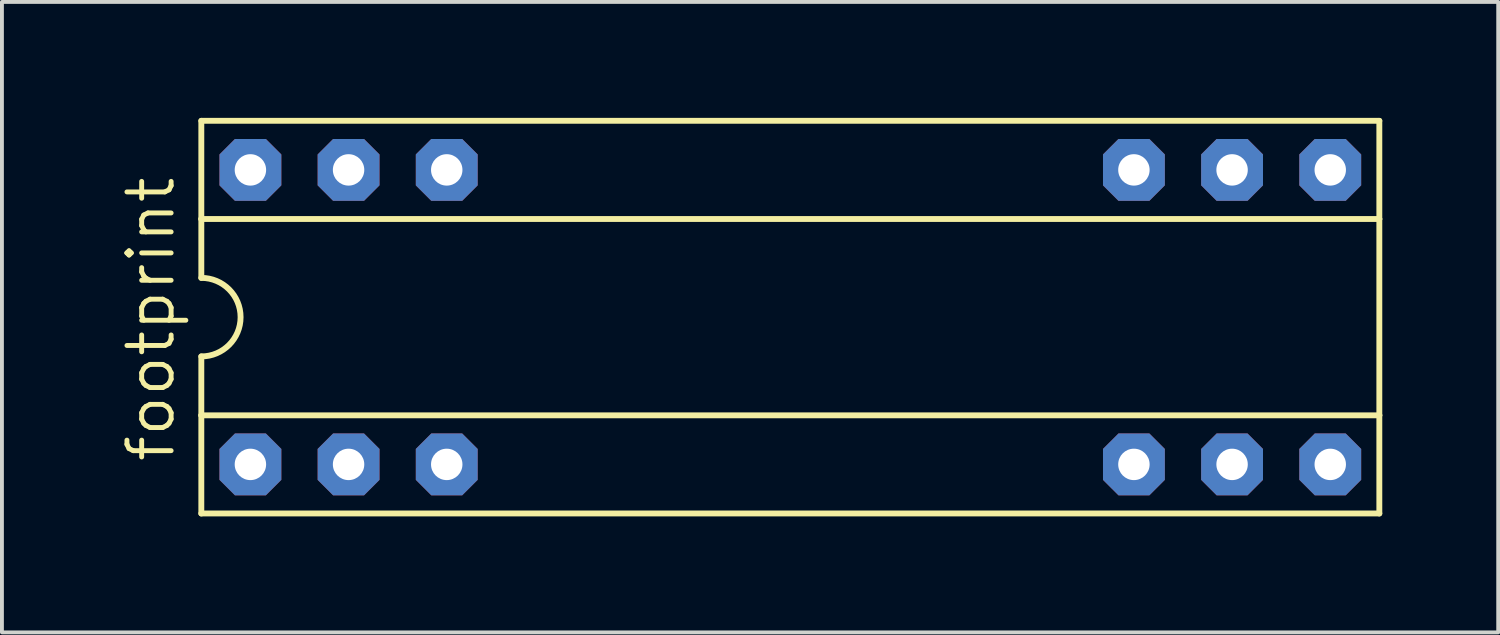
<source format=kicad_pcb>
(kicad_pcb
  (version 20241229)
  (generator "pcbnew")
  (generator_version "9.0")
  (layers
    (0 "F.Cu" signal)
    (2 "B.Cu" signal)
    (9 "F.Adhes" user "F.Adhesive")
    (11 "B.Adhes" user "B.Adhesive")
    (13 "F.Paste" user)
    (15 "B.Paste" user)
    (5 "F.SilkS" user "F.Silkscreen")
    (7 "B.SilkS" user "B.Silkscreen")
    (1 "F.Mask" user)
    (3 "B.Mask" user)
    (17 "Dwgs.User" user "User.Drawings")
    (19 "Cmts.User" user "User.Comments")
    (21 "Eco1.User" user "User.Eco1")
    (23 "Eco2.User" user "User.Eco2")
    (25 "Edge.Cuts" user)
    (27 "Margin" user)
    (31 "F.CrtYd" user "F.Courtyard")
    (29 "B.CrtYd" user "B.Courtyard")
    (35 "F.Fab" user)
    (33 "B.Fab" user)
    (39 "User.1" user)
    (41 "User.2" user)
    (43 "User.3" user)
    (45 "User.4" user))
  (footprint "footprint"
    (layer "F.Cu")
    (at 17.399 5.156)
    (property "Reference" "footprint" (at -15.875 3.81 90) (layer "F.SilkS") (effects (font (size 1.143 1.143) (thickness 0.127)) (justify left bottom)))
    (fp_line (start -15.24 -5.08) (end -15.24 -2.54) (stroke (width 0.152) (type solid)) (layer "F.SilkS"))
    (fp_line (start -15.24 -2.54) (end -15.24 -1.016) (stroke (width 0.152) (type solid)) (layer "F.SilkS"))
    (fp_line (start -15.24 2.54) (end -15.24 1.016) (stroke (width 0.152) (type solid)) (layer "F.SilkS"))
    (fp_line (start -15.24 2.54) (end 15.24 2.54) (stroke (width 0.152) (type solid)) (layer "F.SilkS"))
    (fp_line (start -15.24 5.08) (end -15.24 2.54) (stroke (width 0.152) (type solid)) (layer "F.SilkS"))
    (fp_line (start -15.24 5.08) (end 15.24 5.08) (stroke (width 0.152) (type solid)) (layer "F.SilkS"))
    (fp_line (start 15.24 -5.08) (end -15.24 -5.08) (stroke (width 0.152) (type solid)) (layer "F.SilkS"))
    (fp_line (start 15.24 -5.08) (end 15.24 -2.54) (stroke (width 0.152) (type solid)) (layer "F.SilkS"))
    (fp_line (start 15.24 -2.54) (end -15.24 -2.54) (stroke (width 0.152) (type solid)) (layer "F.SilkS"))
    (fp_line (start 15.24 -2.54) (end 15.24 2.54) (stroke (width 0.152) (type solid)) (layer "F.SilkS"))
    (fp_line (start 15.24 2.54) (end 15.24 5.08) (stroke (width 0.152) (type solid)) (layer "F.SilkS"))
    (fp_arc (start -15.24 -1.016) (mid -14.224 0) (end -15.24 1.016) (stroke (width 0.1524) (type solid)) (layer "F.SilkS"))
    (pad "1" thru_hole roundrect (at -13.97 3.81) (size 1.6 1.6) (drill 0.813) (layers "*.Cu" "*.Mask") (roundrect_rratio 0.25) (chamfer_ratio 0.25) (chamfer top_left top_right bottom_left bottom_right))
    (pad "2" thru_hole roundrect (at -11.43 3.81) (size 1.6 1.6) (drill 0.813) (layers "*.Cu" "*.Mask") (roundrect_rratio 0.25) (chamfer_ratio 0.25) (chamfer top_left top_right bottom_left bottom_right))
    (pad "3" thru_hole roundrect (at -8.89 3.81) (size 1.6 1.6) (drill 0.813) (layers "*.Cu" "*.Mask") (roundrect_rratio 0.25) (chamfer_ratio 0.25) (chamfer top_left top_right bottom_left bottom_right))
    (pad "10" thru_hole roundrect (at 8.89 3.81) (size 1.6 1.6) (drill 0.813) (layers "*.Cu" "*.Mask") (roundrect_rratio 0.25) (chamfer_ratio 0.25) (chamfer top_left top_right bottom_left bottom_right))
    (pad "11" thru_hole roundrect (at 11.43 3.81) (size 1.6 1.6) (drill 0.813) (layers "*.Cu" "*.Mask") (roundrect_rratio 0.25) (chamfer_ratio 0.25) (chamfer top_left top_right bottom_left bottom_right))
    (pad "12" thru_hole roundrect (at 13.97 3.81) (size 1.6 1.6) (drill 0.813) (layers "*.Cu" "*.Mask") (roundrect_rratio 0.25) (chamfer_ratio 0.25) (chamfer top_left top_right bottom_left bottom_right))
    (pad "13" thru_hole roundrect (at 13.97 -3.81) (size 1.6 1.6) (drill 0.813) (layers "*.Cu" "*.Mask") (roundrect_rratio 0.25) (chamfer_ratio 0.25) (chamfer top_left top_right bottom_left bottom_right))
    (pad "14" thru_hole roundrect (at 11.43 -3.81) (size 1.6 1.6) (drill 0.813) (layers "*.Cu" "*.Mask") (roundrect_rratio 0.25) (chamfer_ratio 0.25) (chamfer top_left top_right bottom_left bottom_right))
    (pad "15" thru_hole roundrect (at 8.89 -3.81) (size 1.6 1.6) (drill 0.813) (layers "*.Cu" "*.Mask") (roundrect_rratio 0.25) (chamfer_ratio 0.25) (chamfer top_left top_right bottom_left bottom_right))
    (pad "22" thru_hole roundrect (at -8.89 -3.81) (size 1.6 1.6) (drill 0.813) (layers "*.Cu" "*.Mask") (roundrect_rratio 0.25) (chamfer_ratio 0.25) (chamfer top_left top_right bottom_left bottom_right))
    (pad "23" thru_hole roundrect (at -11.43 -3.81) (size 1.6 1.6) (drill 0.813) (layers "*.Cu" "*.Mask") (roundrect_rratio 0.25) (chamfer_ratio 0.25) (chamfer top_left top_right bottom_left bottom_right))
    (pad "24" thru_hole roundrect (at -13.97 -3.81) (size 1.6 1.6) (drill 0.813) (layers "*.Cu" "*.Mask") (roundrect_rratio 0.25) (chamfer_ratio 0.25) (chamfer top_left top_right bottom_left bottom_right)))
  (gr_rect
    (start -3 -3)
    (end 35.715 13.312)
    (stroke (width 0.1) (type default))
    (fill no)
    (layer "Edge.Cuts")))
</source>
